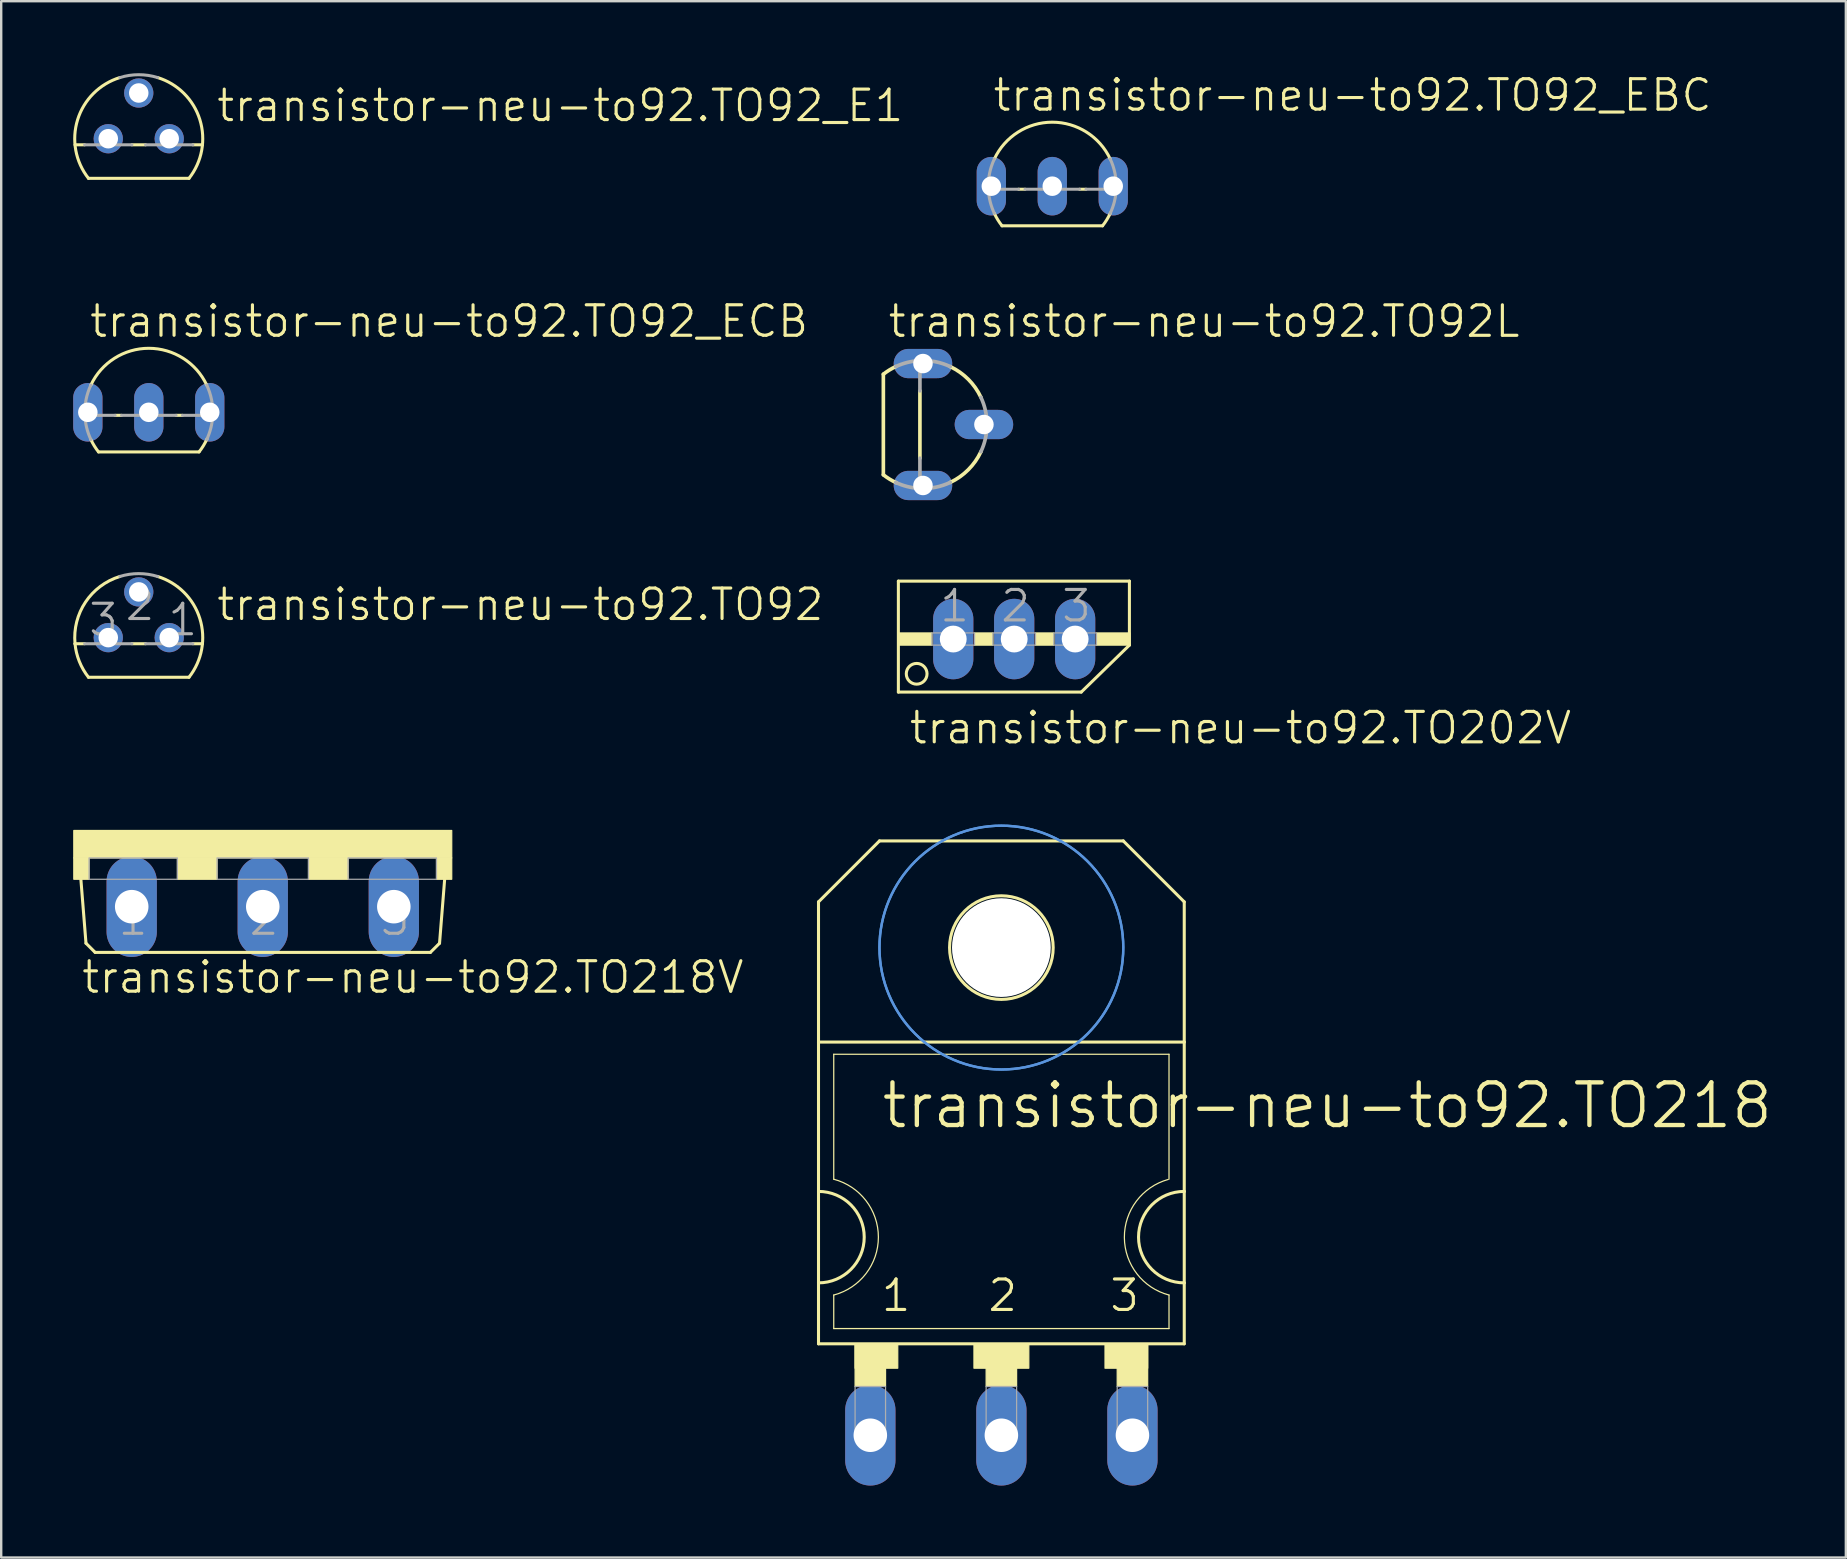
<source format=kicad_pcb>
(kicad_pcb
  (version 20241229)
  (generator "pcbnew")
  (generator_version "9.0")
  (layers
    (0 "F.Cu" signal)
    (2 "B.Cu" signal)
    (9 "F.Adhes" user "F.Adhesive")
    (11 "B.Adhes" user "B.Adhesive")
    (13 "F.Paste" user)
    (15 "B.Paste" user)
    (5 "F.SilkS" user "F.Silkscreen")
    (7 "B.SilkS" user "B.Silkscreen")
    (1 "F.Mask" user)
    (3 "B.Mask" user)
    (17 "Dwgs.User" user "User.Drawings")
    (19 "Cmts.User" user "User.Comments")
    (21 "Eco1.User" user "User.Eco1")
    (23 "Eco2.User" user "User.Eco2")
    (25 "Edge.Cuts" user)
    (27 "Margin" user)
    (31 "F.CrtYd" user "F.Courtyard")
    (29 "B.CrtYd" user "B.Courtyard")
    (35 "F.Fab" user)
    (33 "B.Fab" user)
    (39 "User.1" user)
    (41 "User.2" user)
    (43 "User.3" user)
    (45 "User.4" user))
  (footprint "transistor-neu-to92.TO218V"
    (layer "F.Cu")
    (at 7.899 31.555)
    (property "Reference" "transistor-neu-to92.TO218V" (at -7.62 6.858 0) (layer "F.SilkS") (effects (font (size 1.27 1.27) (thickness 0.13)) (justify left bottom)))
    (attr through_hole)
    (fp_line (start -7.366 4.699) (end -7.62 1.524) (stroke (width 0.127) (type default)) (layer "F.SilkS"))
    (fp_line (start -6.985 5.08) (end -7.366 4.699) (stroke (width 0.127) (type default)) (layer "F.SilkS"))
    (fp_line (start -6.985 5.08) (end 6.985 5.08) (stroke (width 0.127) (type default)) (layer "F.SilkS"))
    (fp_line (start 6.985 5.08) (end 7.366 4.699) (stroke (width 0.127) (type default)) (layer "F.SilkS"))
    (fp_line (start 7.366 4.699) (end 7.62 1.524) (stroke (width 0.127) (type default)) (layer "F.SilkS"))
    (fp_rect (start -7.874 1.143) (end 7.874 0) (stroke (width 0.05) (type default)) (fill yes) (layer "F.SilkS"))
    (fp_rect (start -7.874 2.032) (end -7.239 1.143) (stroke (width 0.05) (type default)) (fill yes) (layer "F.SilkS"))
    (fp_rect (start -3.556 2.032) (end -1.905 1.143) (stroke (width 0.05) (type default)) (fill yes) (layer "F.SilkS"))
    (fp_rect (start 1.905 2.032) (end 3.556 1.143) (stroke (width 0.05) (type default)) (fill yes) (layer "F.SilkS"))
    (fp_rect (start 7.239 2.032) (end 7.874 1.143) (stroke (width 0.05) (type default)) (fill yes) (layer "F.SilkS"))
    (fp_rect (start -7.239 2.032) (end -3.556 1.143) (stroke (width 0.05) (type default)) (fill no) (layer "F.Fab"))
    (fp_rect (start -1.905 2.032) (end 1.905 1.143) (stroke (width 0.05) (type default)) (fill no) (layer "F.Fab"))
    (fp_rect (start 3.556 2.032) (end 7.239 1.143) (stroke (width 0.05) (type default)) (fill no) (layer "F.Fab"))
    (fp_text user "2" (at -0.635 4.445 0) (layer "F.Fab") (effects (font (size 1.27 1.27) (thickness 0.13)) (justify left bottom)))
    (fp_text user "3" (at 4.826 4.445 0) (layer "F.Fab") (effects (font (size 1.27 1.27) (thickness 0.13)) (justify left bottom)))
    (fp_text user "1" (at -6.096 4.445 0) (layer "F.Fab") (effects (font (size 1.27 1.27) (thickness 0.13)) (justify left bottom)))
    (pad "1" thru_hole oval (at -5.461 3.175 90) (size 4.191 2.095) (drill 1.397) (layers "*.Cu" "*.Mask"))
    (pad "2" thru_hole oval (at 0 3.175 90) (size 4.191 2.095) (drill 1.397) (layers "*.Cu" "*.Mask"))
    (pad "3" thru_hole oval (at 5.461 3.175 90) (size 4.191 2.095) (drill 1.397) (layers "*.Cu" "*.Mask")))
  (footprint "transistor-neu-to92.TO218"
    (layer "F.Cu")
    (at 38.676 46.595)
    (property "Reference" "transistor-neu-to92.TO218" (at -5.08 -2.54 0) (layer "F.SilkS") (effects (font (size 1.778 1.778) (thickness 0.18)) (justify left bottom)))
    (attr through_hole)
    (fp_line (start -7.62 -12.065) (end -7.62 -6.223) (stroke (width 0.127) (type default)) (layer "F.SilkS"))
    (fp_line (start -7.62 -12.065) (end -5.08 -14.605) (stroke (width 0.127) (type default)) (layer "F.SilkS"))
    (fp_line (start -7.62 0) (end -7.62 -6.223) (stroke (width 0.127) (type default)) (layer "F.SilkS"))
    (fp_line (start -7.62 3.81) (end -7.62 0) (stroke (width 0.127) (type default)) (layer "F.SilkS"))
    (fp_line (start -7.62 6.35) (end -7.62 3.81) (stroke (width 0.127) (type default)) (layer "F.SilkS"))
    (fp_line (start -7.62 6.35) (end 7.62 6.35) (stroke (width 0.127) (type default)) (layer "F.SilkS"))
    (fp_line (start -6.985 -0.508) (end -6.985 -5.715) (stroke (width 0.051) (type default)) (layer "F.SilkS"))
    (fp_line (start -6.985 5.715) (end -6.985 4.318) (stroke (width 0.051) (type default)) (layer "F.SilkS"))
    (fp_line (start -6.985 5.715) (end 6.985 5.715) (stroke (width 0.051) (type default)) (layer "F.SilkS"))
    (fp_line (start 5.08 -14.605) (end -5.08 -14.605) (stroke (width 0.127) (type default)) (layer "F.SilkS"))
    (fp_line (start 6.985 -5.715) (end -6.985 -5.715) (stroke (width 0.051) (type default)) (layer "F.SilkS"))
    (fp_line (start 6.985 -0.508) (end 6.985 -5.715) (stroke (width 0.051) (type default)) (layer "F.SilkS"))
    (fp_line (start 6.985 5.715) (end 6.985 4.318) (stroke (width 0.051) (type default)) (layer "F.SilkS"))
    (fp_line (start 7.62 -12.065) (end 5.08 -14.605) (stroke (width 0.127) (type default)) (layer "F.SilkS"))
    (fp_line (start 7.62 -12.065) (end 7.62 -6.223) (stroke (width 0.127) (type default)) (layer "F.SilkS"))
    (fp_line (start 7.62 -6.223) (end -7.62 -6.223) (stroke (width 0.127) (type default)) (layer "F.SilkS"))
    (fp_line (start 7.62 -6.223) (end 7.62 0) (stroke (width 0.127) (type default)) (layer "F.SilkS"))
    (fp_line (start 7.62 0) (end 7.62 3.81) (stroke (width 0.127) (type default)) (layer "F.SilkS"))
    (fp_line (start 7.62 3.81) (end 7.62 6.35) (stroke (width 0.127) (type default)) (layer "F.SilkS"))
    (fp_rect (start -6.096 7.366) (end -4.318 6.35) (stroke (width 0.05) (type default)) (fill yes) (layer "F.SilkS"))
    (fp_rect (start -6.096 8.128) (end -4.826 6.35) (stroke (width 0.05) (type default)) (fill yes) (layer "F.SilkS"))
    (fp_rect (start -1.143 7.366) (end 1.143 6.35) (stroke (width 0.05) (type default)) (fill yes) (layer "F.SilkS"))
    (fp_rect (start -0.635 8.128) (end 0.635 6.35) (stroke (width 0.05) (type default)) (fill yes) (layer "F.SilkS"))
    (fp_rect (start 4.318 7.366) (end 6.096 6.35) (stroke (width 0.05) (type default)) (fill yes) (layer "F.SilkS"))
    (fp_rect (start 4.826 8.128) (end 6.096 6.35) (stroke (width 0.05) (type default)) (fill yes) (layer "F.SilkS"))
    (fp_arc (start -7.62 0) (mid -5.715 1.905) (end -7.62 3.81) (stroke (width 0.127) (type default)) (layer "F.SilkS"))
    (fp_arc (start -6.985 -0.508) (mid -5.124846 1.905) (end -6.985 4.318) (stroke (width 0.0508) (type default)) (layer "F.SilkS"))
    (fp_arc (start 6.9851 4.3178) (mid 5.125027 1.921942) (end 6.9522 -0.4991) (stroke (width 0.0508) (type default)) (layer "F.SilkS"))
    (fp_arc (start 7.62 3.81) (mid 5.715 1.905) (end 7.62 0) (stroke (width 0.127) (type default)) (layer "F.SilkS"))
    (fp_circle (center 0 -10.16) (end 2.159 -10.16) (stroke (width 0.127) (type default)) (fill no) (layer "F.SilkS"))
    (fp_circle (center 0 -10.16) (end 5.08 -10.16) (stroke (width 0.1) (type default)) (fill no) (layer "Cmts.User"))
    (fp_circle (center 0 -10.16) (end 5.08 -10.16) (stroke (width 0.1) (type default)) (fill no) (layer "Cmts.User"))
    (fp_rect (start -6.096 10.287) (end -4.826 8.128) (stroke (width 0.05) (type default)) (fill no) (layer "F.Fab"))
    (fp_rect (start -0.635 10.287) (end 0.635 8.128) (stroke (width 0.05) (type default)) (fill no) (layer "F.Fab"))
    (fp_rect (start 4.826 10.287) (end 6.096 8.128) (stroke (width 0.05) (type default)) (fill no) (layer "F.Fab"))
    (fp_text user "1" (at -5.08 5.08 0) (layer "F.SilkS") (effects (font (size 1.27 1.27) (thickness 0.13)) (justify left bottom)))
    (fp_text user "2" (at -0.635 5.08 0) (layer "F.SilkS") (effects (font (size 1.27 1.27) (thickness 0.13)) (justify left bottom)))
    (fp_text user "3" (at 4.445 5.08 0) (layer "F.SilkS") (effects (font (size 1.27 1.27) (thickness 0.13)) (justify left bottom)))
    (pad "" np_thru_hole circle (at 0 -10.16) (size 4.115 4.115) (drill 4.115) (layers "*.Cu" "*.Mask"))
    (pad "1" thru_hole oval (at -5.461 10.16 90) (size 4.191 2.095) (drill 1.397) (layers "*.Cu" "*.Mask"))
    (pad "2" thru_hole oval (at 0 10.16 90) (size 4.191 2.095) (drill 1.397) (layers "*.Cu" "*.Mask"))
    (pad "3" thru_hole oval (at 5.461 10.16 90) (size 4.191 2.095) (drill 1.397) (layers "*.Cu" "*.Mask")))
  (footprint "transistor-neu-to92.TO202V"
    (layer "F.Cu")
    (at 39.21 21.038)
    (property "Reference" "transistor-neu-to92.TO202V" (at -4.445 6.985 0) (layer "F.SilkS") (effects (font (size 1.27 1.27) (thickness 0.13)) (justify left bottom)))
    (attr through_hole)
    (fp_line (start -4.826 0.127) (end 4.801 0.127) (stroke (width 0.127) (type default)) (layer "F.SilkS"))
    (fp_line (start -4.826 4.75) (end -4.826 0.127) (stroke (width 0.127) (type default)) (layer "F.SilkS"))
    (fp_line (start -4.826 4.75) (end 2.794 4.75) (stroke (width 0.127) (type default)) (layer "F.SilkS"))
    (fp_line (start 2.794 4.75) (end 4.801 2.794) (stroke (width 0.127) (type default)) (layer "F.SilkS"))
    (fp_line (start 4.801 0.127) (end 4.801 2.794) (stroke (width 0.127) (type default)) (layer "F.SilkS"))
    (fp_rect (start -4.826 2.794) (end -3.429 2.286) (stroke (width 0.05) (type default)) (fill yes) (layer "F.SilkS"))
    (fp_rect (start -1.651 2.794) (end -0.889 2.286) (stroke (width 0.05) (type default)) (fill yes) (layer "F.SilkS"))
    (fp_rect (start 0.889 2.794) (end 1.651 2.286) (stroke (width 0.05) (type default)) (fill yes) (layer "F.SilkS"))
    (fp_rect (start 3.429 2.794) (end 4.826 2.286) (stroke (width 0.05) (type default)) (fill yes) (layer "F.SilkS"))
    (fp_circle (center -4.064 3.988) (end -3.632 3.988) (stroke (width 0.127) (type default)) (fill no) (layer "F.SilkS"))
    (fp_rect (start -3.429 2.794) (end -1.651 2.286) (stroke (width 0.05) (type default)) (fill no) (layer "F.Fab"))
    (fp_rect (start -0.889 2.794) (end 0.889 2.286) (stroke (width 0.05) (type default)) (fill no) (layer "F.Fab"))
    (fp_rect (start 1.651 2.794) (end 3.429 2.286) (stroke (width 0.05) (type default)) (fill no) (layer "F.Fab"))
    (fp_text user "3" (at 1.905 1.905 0) (layer "F.Fab") (effects (font (size 1.27 1.27) (thickness 0.13)) (justify left bottom)))
    (fp_text user "2" (at -0.635 1.905 0) (layer "F.Fab") (effects (font (size 1.27 1.27) (thickness 0.13)) (justify left bottom)))
    (fp_text user "1" (at -3.175 1.905 0) (layer "F.Fab") (effects (font (size 1.27 1.27) (thickness 0.13)) (justify left bottom)))
    (pad "1" thru_hole oval (at -2.54 2.54 90) (size 3.353 1.676) (drill 1.118) (layers "*.Cu" "*.Mask"))
    (pad "2" thru_hole oval (at 0 2.54 90) (size 3.353 1.676) (drill 1.118) (layers "*.Cu" "*.Mask"))
    (pad "3" thru_hole oval (at 2.54 2.54 90) (size 3.353 1.676) (drill 1.118) (layers "*.Cu" "*.Mask")))
  (footprint "transistor-neu-to92.TO92_ECB"
    (layer "F.Cu")
    (at 3.15 14.13)
    (property "Reference" "transistor-neu-to92.TO92_ECB" (at -2.54 -3.048 0) (layer "F.SilkS") (effects (font (size 1.27 1.27) (thickness 0.13)) (justify left bottom)))
    (attr through_hole)
    (fp_line (start -2.095 1.651) (end 2.095 1.651) (stroke (width 0.127) (type default)) (layer "F.SilkS"))
    (fp_line (start -1.136 0.127) (end -1.404 0.127) (stroke (width 0.127) (type default)) (layer "F.SilkS"))
    (fp_line (start 1.404 0.127) (end 1.136 0.127) (stroke (width 0.127) (type default)) (layer "F.SilkS"))
    (fp_arc (start -2.413 -1.1359) (mid 0 -2.66699) (end 2.413 -1.1359) (stroke (width 0.127) (type default)) (layer "F.SilkS"))
    (fp_arc (start -2.095 1.651) (mid -2.268918 1.40252) (end -2.4135 1.1359) (stroke (width 0.127) (type default)) (layer "F.SilkS"))
    (fp_arc (start 2.4247 1.1118) (mid 2.275878 1.391201) (end 2.095 1.651) (stroke (width 0.127) (type default)) (layer "F.SilkS"))
    (fp_line (start -1.404 0.127) (end -2.664 0.127) (stroke (width 0.127) (type default)) (layer "F.Fab"))
    (fp_line (start 1.136 0.127) (end -1.136 0.127) (stroke (width 0.127) (type default)) (layer "F.Fab"))
    (fp_line (start 2.664 0.127) (end 1.404 0.127) (stroke (width 0.127) (type default)) (layer "F.Fab"))
    (fp_arc (start -2.664 0.127) (mid -2.615867 -0.519827) (end -2.413 -1.1359) (stroke (width 0.127) (type default)) (layer "F.Fab"))
    (fp_arc (start -2.413 1.1359) (mid -2.588137 0.643799) (end -2.664 0.127) (stroke (width 0.127) (type default)) (layer "F.Fab"))
    (fp_arc (start 2.413 -1.1359) (mid 2.615846 -0.519822) (end 2.664 0.127) (stroke (width 0.127) (type default)) (layer "F.Fab"))
    (fp_arc (start 2.664 0.127) (mid 2.588137 0.643799) (end 2.413 1.1359) (stroke (width 0.127) (type default)) (layer "F.Fab"))
    (pad "B" thru_hole oval (at 2.54 0 90) (size 2.438 1.219) (drill 0.813) (layers "*.Cu" "*.Mask"))
    (pad "C" thru_hole oval (at 0 0 90) (size 2.438 1.219) (drill 0.813) (layers "*.Cu" "*.Mask"))
    (pad "E" thru_hole oval (at -2.54 0 90) (size 2.438 1.219) (drill 0.813) (layers "*.Cu" "*.Mask")))
  (footprint "transistor-neu-to92.TO92_E1"
    (layer "F.Cu")
    (at 2.731 2.73)
    (property "Reference" "transistor-neu-to92.TO92_E1" (at 3.175 -0.635 0) (layer "F.SilkS") (effects (font (size 1.27 1.27) (thickness 0.13)) (justify left bottom)))
    (attr through_hole)
    (fp_line (start -2.655 0.254) (end -2.254 0.254) (stroke (width 0.127) (type default)) (layer "F.SilkS"))
    (fp_line (start -2.095 1.651) (end 2.095 1.651) (stroke (width 0.127) (type default)) (layer "F.SilkS"))
    (fp_line (start -0.286 0.254) (end 0.286 0.254) (stroke (width 0.127) (type default)) (layer "F.SilkS"))
    (fp_line (start 2.254 0.254) (end 2.655 0.254) (stroke (width 0.127) (type default)) (layer "F.SilkS"))
    (fp_arc (start -2.095 1.651) (mid -2.546799 -0.793168) (end -0.7869 -2.5484) (stroke (width 0.127) (type default)) (layer "F.SilkS"))
    (fp_arc (start 0.7869 -2.5484) (mid 2.546799 -0.793168) (end 2.095 1.651) (stroke (width 0.127) (type default)) (layer "F.SilkS"))
    (fp_line (start -2.254 0.254) (end -0.286 0.254) (stroke (width 0.127) (type default)) (layer "F.Fab"))
    (fp_line (start 0.286 0.254) (end 2.254 0.254) (stroke (width 0.127) (type default)) (layer "F.Fab"))
    (fp_arc (start -0.7864 -2.5484) (mid 0 -2.666977) (end 0.7864 -2.5484) (stroke (width 0.127) (type default)) (layer "F.Fab"))
    (pad "1" thru_hole circle (at -1.27 0) (size 1.219 1.219) (drill 0.813) (layers "*.Cu" "*.Mask"))
    (pad "2" thru_hole circle (at 0 -1.905) (size 1.219 1.219) (drill 0.813) (layers "*.Cu" "*.Mask"))
    (pad "3" thru_hole circle (at 1.27 0) (size 1.219 1.219) (drill 0.813) (layers "*.Cu" "*.Mask")))
  (footprint "transistor-neu-to92.TO92L"
    (layer "F.Cu")
    (at 35.409 14.639)
    (property "Reference" "transistor-neu-to92.TO92L" (at -1.524 -3.556 0) (layer "F.SilkS") (effects (font (size 1.27 1.27) (thickness 0.13)) (justify left bottom)))
    (attr through_hole)
    (fp_line (start -1.651 -2.095) (end -1.651 2.095) (stroke (width 0.152) (type default)) (layer "F.SilkS"))
    (fp_line (start -0.127 1.404) (end -0.127 -1.404) (stroke (width 0.152) (type default)) (layer "F.SilkS"))
    (fp_arc (start -1.651 -2.095) (mid -1.40252 -2.268918) (end -1.1359 -2.4135) (stroke (width 0.1524) (type default)) (layer "F.SilkS"))
    (fp_arc (start -1.1118 2.4247) (mid -1.391201 2.275878) (end -1.651 2.095) (stroke (width 0.1524) (type default)) (layer "F.SilkS"))
    (fp_arc (start 1.1359 -2.413) (mid 1.885847 -1.885847) (end 2.413 -1.1359) (stroke (width 0.1524) (type default)) (layer "F.SilkS"))
    (fp_arc (start 2.413 1.1359) (mid 1.885847 1.885847) (end 1.1359 2.413) (stroke (width 0.1524) (type default)) (layer "F.SilkS"))
    (fp_line (start -0.127 -1.404) (end -0.127 -2.664) (stroke (width 0.152) (type default)) (layer "F.Fab"))
    (fp_line (start -0.127 2.664) (end -0.127 1.404) (stroke (width 0.152) (type default)) (layer "F.Fab"))
    (fp_arc (start -1.1359 -2.413) (mid -0.643799 -2.588137) (end -0.127 -2.664) (stroke (width 0.1524) (type default)) (layer "F.Fab"))
    (fp_arc (start -0.127 -2.664) (mid 0.519825 -2.615858) (end 1.1359 -2.413) (stroke (width 0.1524) (type default)) (layer "F.Fab"))
    (fp_arc (start -0.127 2.664) (mid -0.643799 2.588137) (end -1.1359 2.413) (stroke (width 0.1524) (type default)) (layer "F.Fab"))
    (fp_arc (start 1.1359 2.413) (mid 0.519825 2.615858) (end -0.127 2.664) (stroke (width 0.1524) (type default)) (layer "F.Fab"))
    (fp_arc (start 2.413 -1.1359) (mid 2.66699 0) (end 2.413 1.1359) (stroke (width 0.1524) (type default)) (layer "F.Fab"))
    (pad "1" thru_hole oval (at 0 2.54) (size 2.438 1.219) (drill 0.813) (layers "*.Cu" "*.Mask"))
    (pad "2" thru_hole oval (at 2.54 0) (size 2.438 1.219) (drill 0.813) (layers "*.Cu" "*.Mask"))
    (pad "3" thru_hole oval (at 0 -2.54) (size 2.438 1.219) (drill 0.813) (layers "*.Cu" "*.Mask")))
  (footprint "transistor-neu-to92.TO92_EBC"
    (layer "F.Cu")
    (at 40.797 3.438)
    (property "Reference" "transistor-neu-to92.TO92_EBC" (at -2.54 -1.778 0) (layer "F.SilkS") (effects (font (size 1.27 1.27) (thickness 0.13)) (justify left bottom)))
    (attr through_hole)
    (fp_line (start -2.095 2.921) (end 2.095 2.921) (stroke (width 0.127) (type default)) (layer "F.SilkS"))
    (fp_line (start -1.136 1.397) (end -1.404 1.397) (stroke (width 0.127) (type default)) (layer "F.SilkS"))
    (fp_line (start 1.404 1.397) (end 1.136 1.397) (stroke (width 0.127) (type default)) (layer "F.SilkS"))
    (fp_arc (start -2.413 0.1341) (mid 0 -1.39699) (end 2.413 0.1341) (stroke (width 0.127) (type default)) (layer "F.SilkS"))
    (fp_arc (start -2.095 2.921) (mid -2.268918 2.67252) (end -2.4135 2.4059) (stroke (width 0.127) (type default)) (layer "F.SilkS"))
    (fp_arc (start 2.4247 2.3818) (mid 2.275878 2.661201) (end 2.095 2.921) (stroke (width 0.127) (type default)) (layer "F.SilkS"))
    (fp_line (start -1.404 1.397) (end -2.664 1.397) (stroke (width 0.127) (type default)) (layer "F.Fab"))
    (fp_line (start 1.136 1.397) (end -1.136 1.397) (stroke (width 0.127) (type default)) (layer "F.Fab"))
    (fp_line (start 2.664 1.397) (end 1.404 1.397) (stroke (width 0.127) (type default)) (layer "F.Fab"))
    (fp_arc (start -2.664 1.397) (mid -2.615858 0.750175) (end -2.413 0.1341) (stroke (width 0.127) (type default)) (layer "F.Fab"))
    (fp_arc (start -2.413 2.4059) (mid -2.588137 1.913799) (end -2.664 1.397) (stroke (width 0.127) (type default)) (layer "F.Fab"))
    (fp_arc (start 2.413 0.1341) (mid 2.615858 0.750175) (end 2.664 1.397) (stroke (width 0.127) (type default)) (layer "F.Fab"))
    (fp_arc (start 2.664 1.397) (mid 2.588137 1.913799) (end 2.413 2.4059) (stroke (width 0.127) (type default)) (layer "F.Fab"))
    (pad "B" thru_hole oval (at 0 1.27 90) (size 2.438 1.219) (drill 0.813) (layers "*.Cu" "*.Mask"))
    (pad "C" thru_hole oval (at 2.54 1.27 90) (size 2.438 1.219) (drill 0.813) (layers "*.Cu" "*.Mask"))
    (pad "E" thru_hole oval (at -2.54 1.27 90) (size 2.438 1.219) (drill 0.813) (layers "*.Cu" "*.Mask")))
  (footprint "transistor-neu-to92.TO92"
    (layer "F.Cu")
    (at 2.731 23.519)
    (property "Reference" "transistor-neu-to92.TO92" (at 3.175 -0.635 0) (layer "F.SilkS") (effects (font (size 1.27 1.27) (thickness 0.13)) (justify left bottom)))
    (attr through_hole)
    (fp_line (start -2.655 0.254) (end -2.254 0.254) (stroke (width 0.127) (type default)) (layer "F.SilkS"))
    (fp_line (start -2.095 1.651) (end 2.095 1.651) (stroke (width 0.127) (type default)) (layer "F.SilkS"))
    (fp_line (start -0.286 0.254) (end 0.286 0.254) (stroke (width 0.127) (type default)) (layer "F.SilkS"))
    (fp_line (start 2.254 0.254) (end 2.655 0.254) (stroke (width 0.127) (type default)) (layer "F.SilkS"))
    (fp_arc (start -2.6549 0.254) (mid -2.219001 -1.479565) (end -0.7863 -2.5485) (stroke (width 0.127) (type default)) (layer "F.SilkS"))
    (fp_arc (start -2.0946 1.651) (mid -2.475346 0.992847) (end -2.6549 0.254) (stroke (width 0.127) (type default)) (layer "F.SilkS"))
    (fp_arc (start 0.7863 -2.5484) (mid 2.54627 -0.793201) (end 2.0945 1.651) (stroke (width 0.127) (type default)) (layer "F.SilkS"))
    (fp_line (start -2.254 0.254) (end -0.286 0.254) (stroke (width 0.127) (type default)) (layer "F.Fab"))
    (fp_line (start 0.286 0.254) (end 2.254 0.254) (stroke (width 0.127) (type default)) (layer "F.Fab"))
    (fp_arc (start -0.7863 -2.5485) (mid 0 -2.667043) (end 0.7863 -2.5485) (stroke (width 0.127) (type default)) (layer "F.Fab"))
    (fp_text user "2" (at -0.635 -0.635 0) (layer "F.Fab") (effects (font (size 1.27 1.27) (thickness 0.13)) (justify left bottom)))
    (fp_text user "3" (at -2.159 0 0) (layer "F.Fab") (effects (font (size 1.27 1.27) (thickness 0.13)) (justify left bottom)))
    (fp_text user "1" (at 1.143 0 0) (layer "F.Fab") (effects (font (size 1.27 1.27) (thickness 0.13)) (justify left bottom)))
    (pad "1" thru_hole circle (at 1.27 0) (size 1.219 1.219) (drill 0.813) (layers "*.Cu" "*.Mask"))
    (pad "2" thru_hole circle (at 0 -1.905) (size 1.219 1.219) (drill 0.813) (layers "*.Cu" "*.Mask"))
    (pad "3" thru_hole circle (at -1.27 0) (size 1.219 1.219) (drill 0.813) (layers "*.Cu" "*.Mask")))
  (gr_rect
    (start -3 -3)
    (end 73.864 61.851)
    (stroke (width 0.1) (type default))
    (fill no)
    (layer "Edge.Cuts")))
</source>
